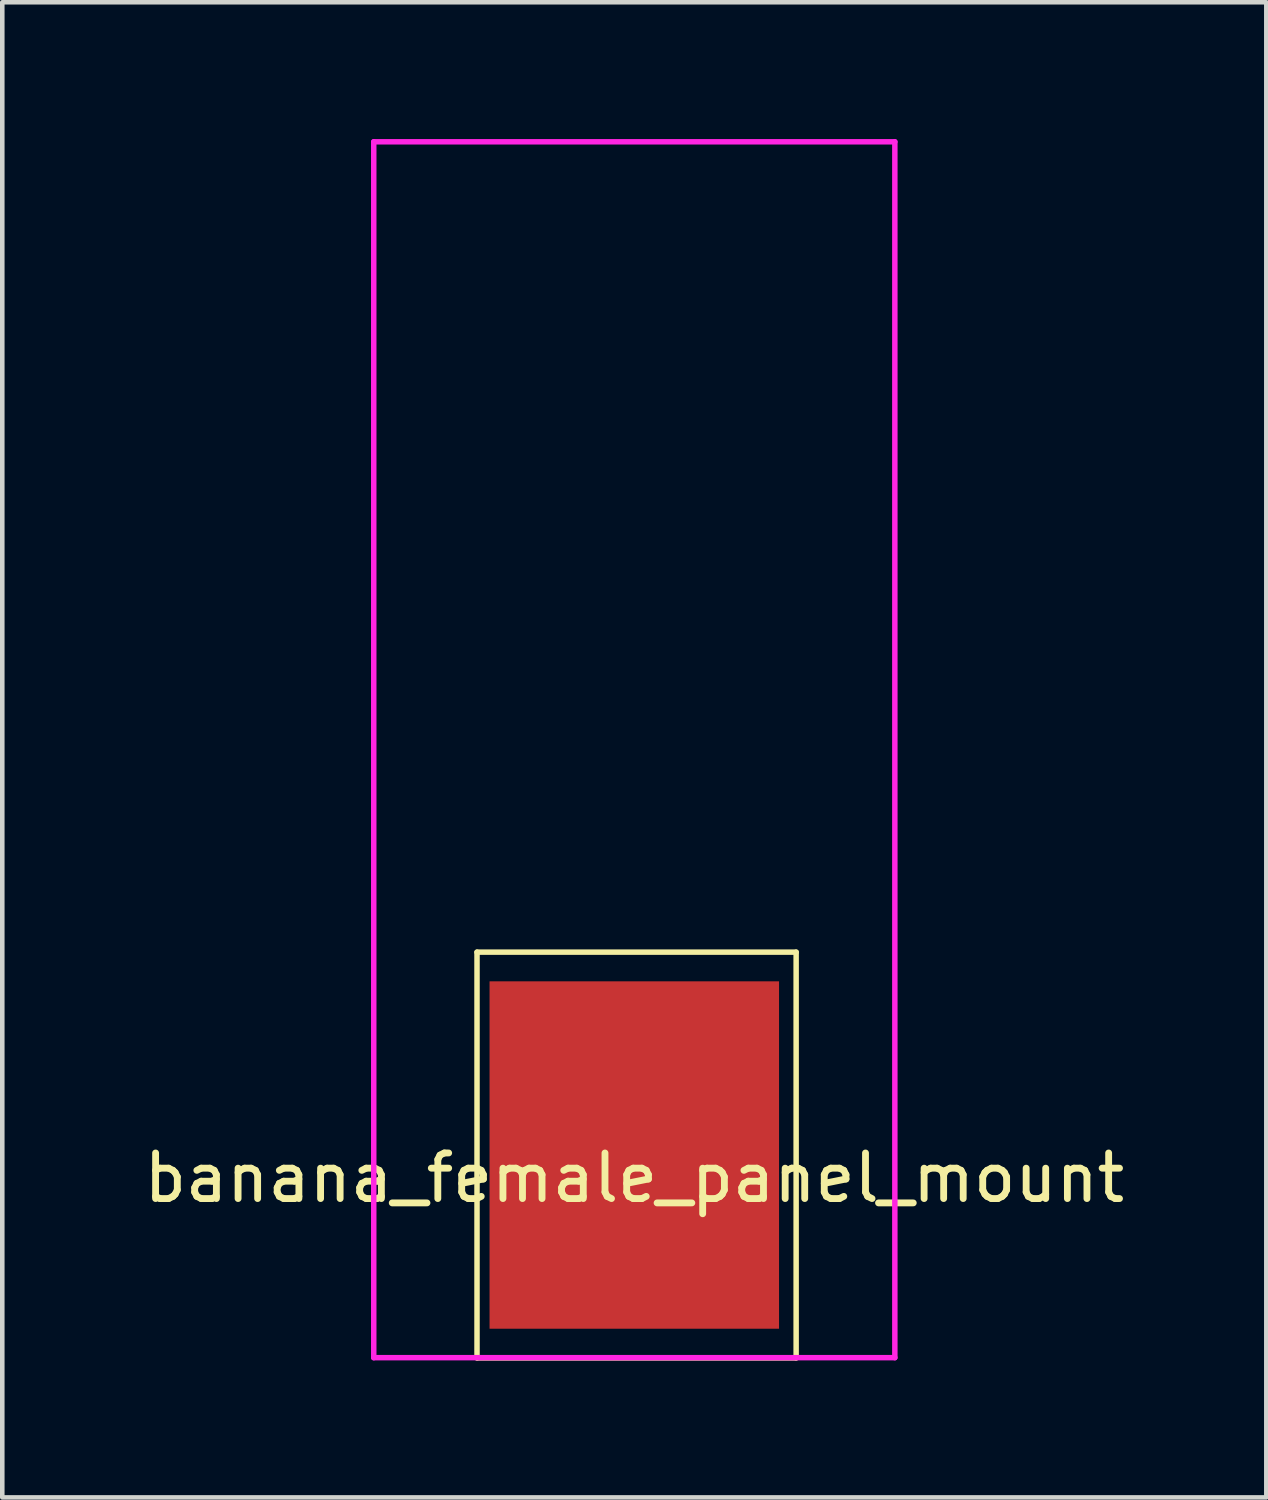
<source format=kicad_pcb>
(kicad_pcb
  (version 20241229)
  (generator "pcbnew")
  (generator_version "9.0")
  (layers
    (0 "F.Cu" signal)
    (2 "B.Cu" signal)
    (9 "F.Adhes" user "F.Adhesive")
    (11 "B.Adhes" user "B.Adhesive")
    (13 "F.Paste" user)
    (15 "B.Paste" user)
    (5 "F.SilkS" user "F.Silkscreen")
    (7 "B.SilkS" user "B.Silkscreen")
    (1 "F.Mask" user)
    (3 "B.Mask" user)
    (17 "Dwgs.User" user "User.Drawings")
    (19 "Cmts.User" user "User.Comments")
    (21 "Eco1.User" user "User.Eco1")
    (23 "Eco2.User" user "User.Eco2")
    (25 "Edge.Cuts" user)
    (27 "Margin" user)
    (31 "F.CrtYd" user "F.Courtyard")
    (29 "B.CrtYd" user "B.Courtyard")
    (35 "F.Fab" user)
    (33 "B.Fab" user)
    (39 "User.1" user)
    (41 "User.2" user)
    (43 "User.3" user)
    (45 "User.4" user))
  (footprint "banana_female_panel_mount"
    (layer "F.Cu")
    (at 10.863 22.285)
    (property "Reference" "banana_female_panel_mount" (at 0 0.5 0) (layer "F.SilkS") (effects (font (size 1 1) (thickness 0.15))))
    (attr through_hole)
    (fp_line (start -3.45 -4.45) (end -3.45 4.45) (stroke (width 0.12) (type solid)) (layer "F.SilkS"))
    (fp_line (start -3.45 4.45) (end 3.55 4.45) (stroke (width 0.12) (type solid)) (layer "F.SilkS"))
    (fp_line (start 3.55 -4.45) (end -3.45 -4.45) (stroke (width 0.12) (type solid)) (layer "F.SilkS"))
    (fp_line (start 3.55 4.45) (end 3.55 -4.45) (stroke (width 0.12) (type solid)) (layer "F.SilkS"))
    (fp_line (start -5.715 -22.225) (end 5.715 -22.225) (stroke (width 0.12) (type solid)) (layer "F.CrtYd"))
    (fp_line (start -5.715 4.445) (end -5.715 -22.225) (stroke (width 0.12) (type solid)) (layer "F.CrtYd"))
    (fp_line (start 5.715 -22.225) (end 5.715 4.445) (stroke (width 0.12) (type solid)) (layer "F.CrtYd"))
    (fp_line (start 5.715 4.445) (end -5.715 4.445) (stroke (width 0.12) (type solid)) (layer "F.CrtYd"))
    (pad "1" smd rect (at 0 0) (size 6.35 7.62) (layers "F.Cu" "F.Mask" "F.Paste")))
  (gr_rect
    (start -3 -3)
    (end 24.726 29.795)
    (stroke (width 0.1) (type default))
    (fill no)
    (layer "Edge.Cuts")))
</source>
